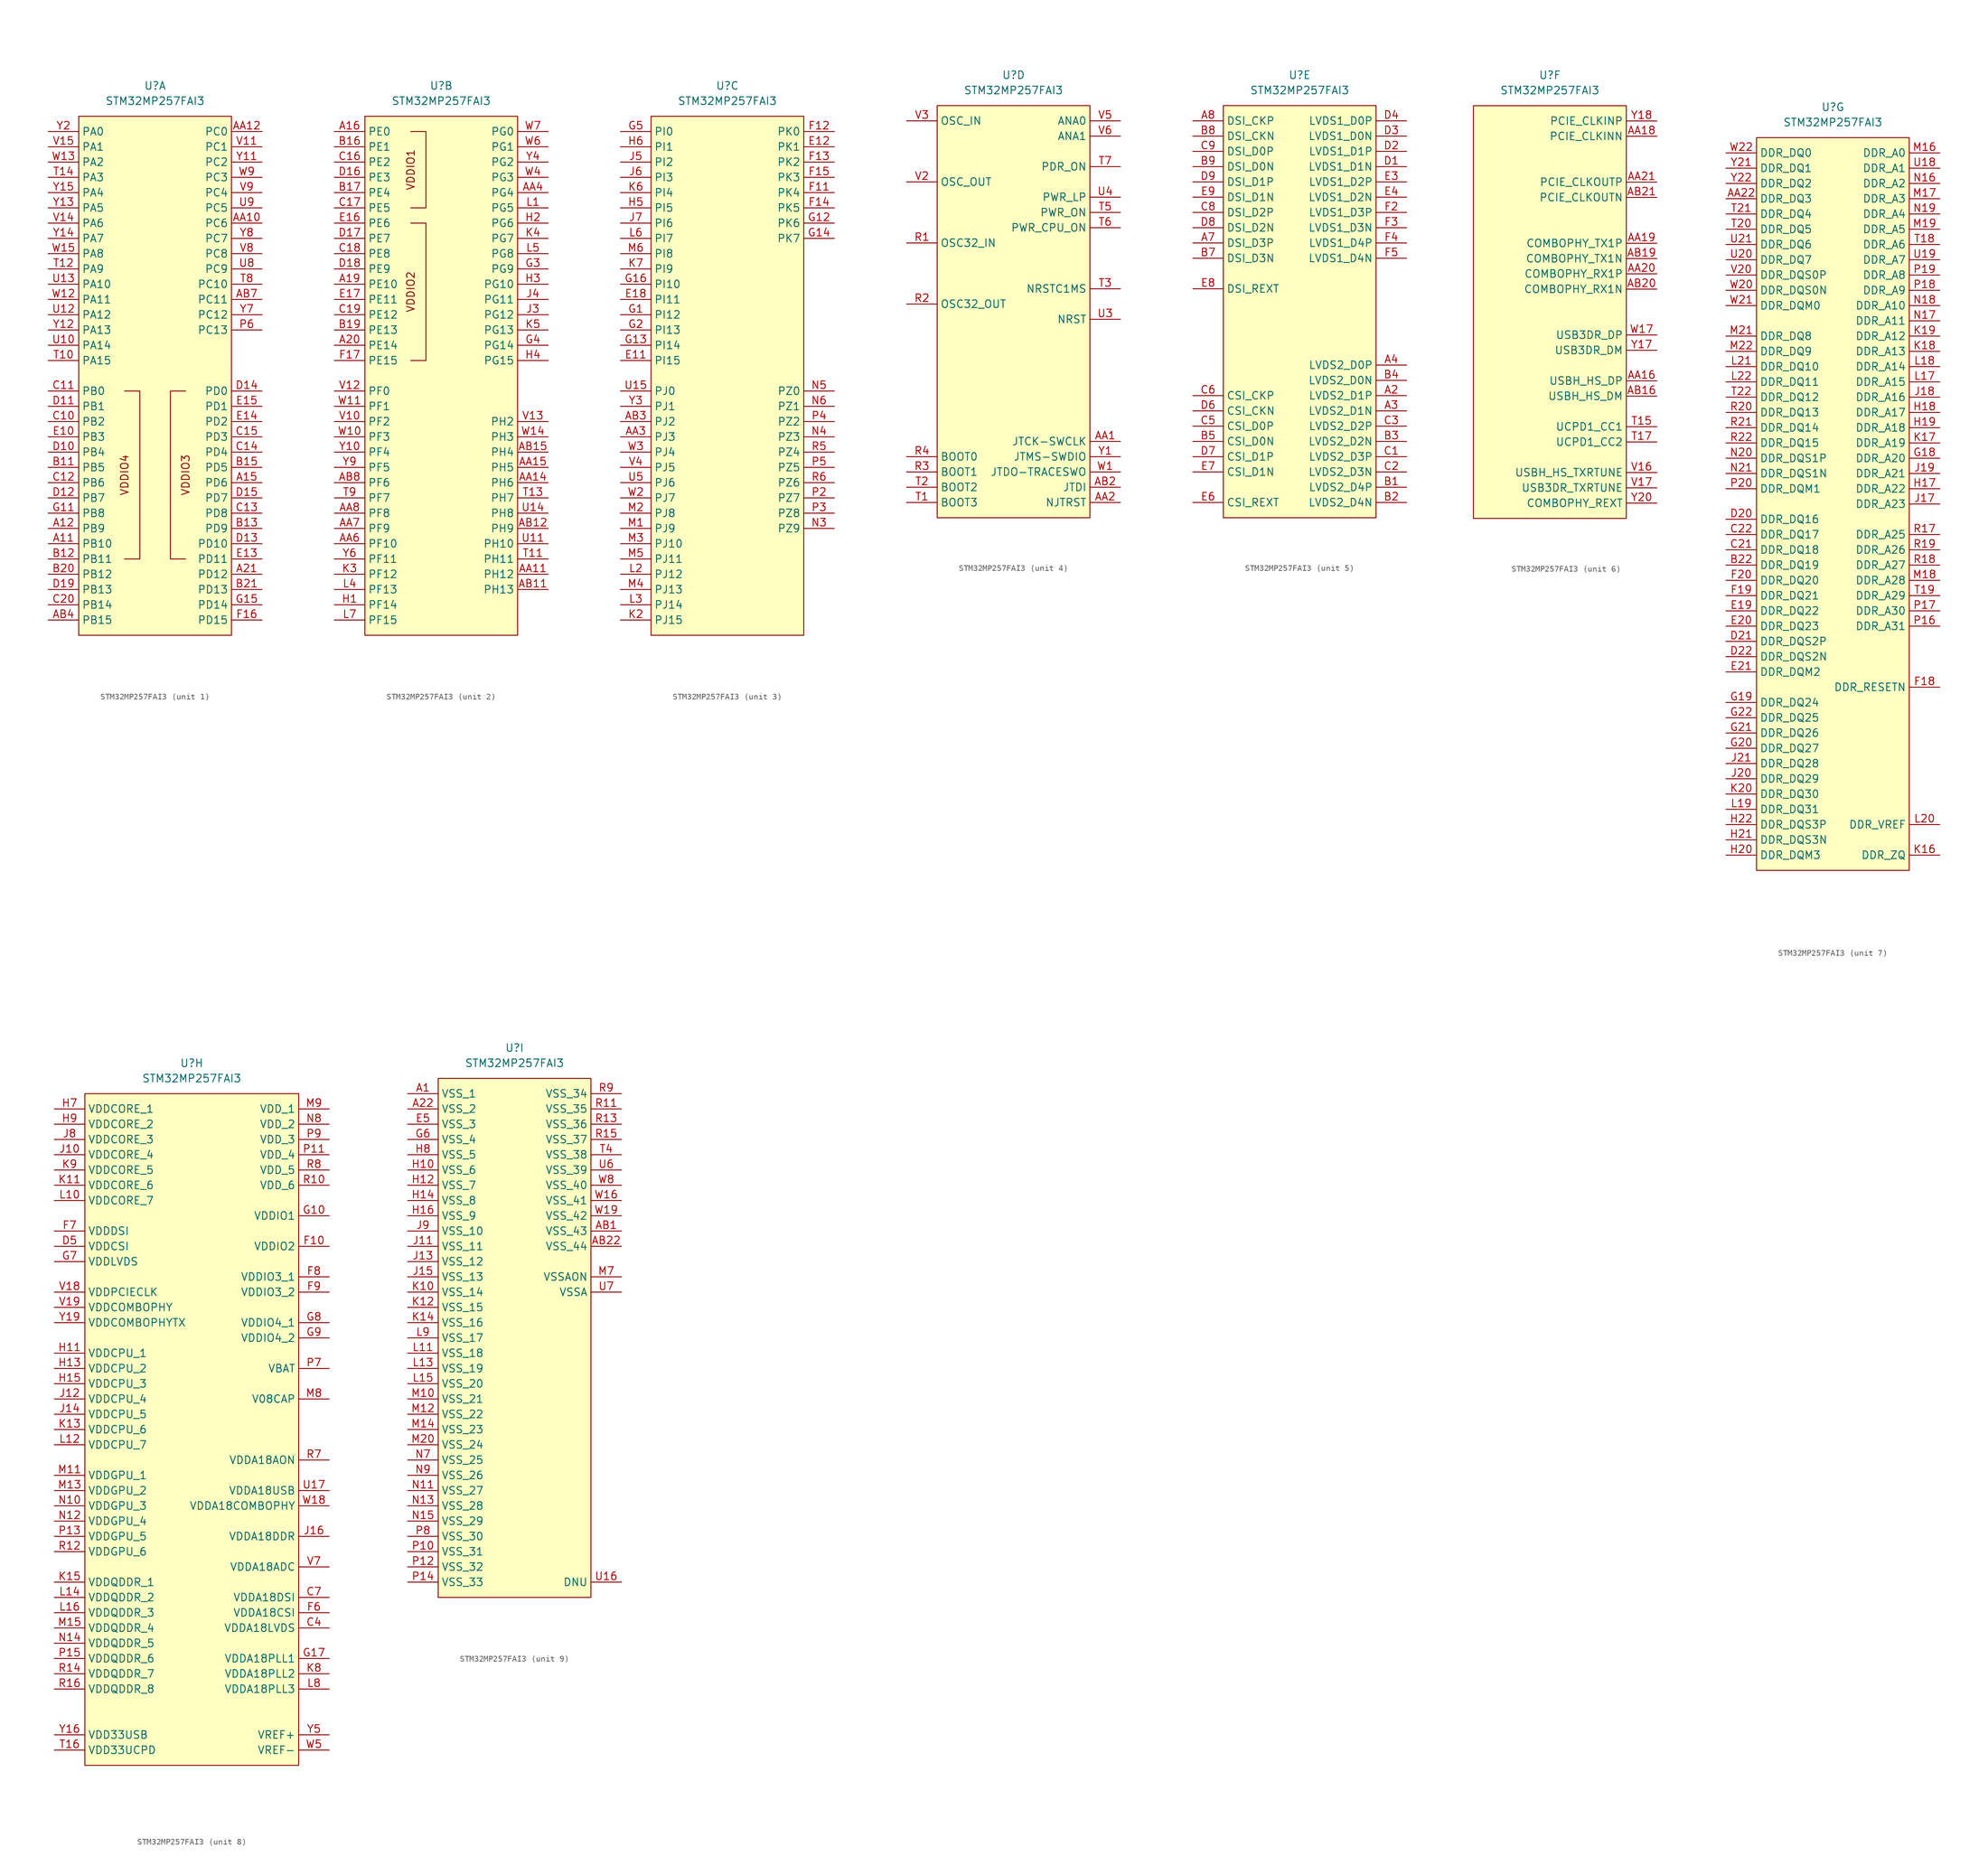
<source format=kicad_sym>
(kicad_symbol_lib
  (version 20241209)
  (generator "kicad_symbol_editor")
  (generator_version "9.0")
  (symbol "STM32MP257FAI3"
    (property "Reference" "U"
      (at 0 5.08 0)
      (effects (font (size 1.27 1.27))))
    (property "Value" "STM32MP257FAI3"
      (at 0 2.54 0)
      (effects (font (size 1.27 1.27))))
    (property "ki_locked" ""
      (at 0 0 0)
      (effects (font (size 1.27 1.27))))
    (symbol "STM32MP257FAI3_1_1"
      (rectangle (start -12.7 0) (end 12.7 -86.36) (stroke (width 0) (type default)) (fill (type background)))
      (polyline (pts (xy -5.08 -73.66) (xy -2.54 -73.66) (xy -2.54 -45.72) (xy -5.08 -45.72)) (stroke (width 0) (type default)) (fill (type none)))
      (polyline (pts (xy 5.08 -73.66) (xy 2.54 -73.66) (xy 2.54 -45.72) (xy 5.08 -45.72)) (stroke (width 0) (type default)) (fill (type none)))
      (text "VDDIO4" (at -5.08 -59.69 900) (effects (font (size 1.27 1.27))))
      (text "VDDIO3" (at 5.08 -59.69 900) (effects (font (size 1.27 1.27))))
      (pin passive line (at -17.78 -2.54 0) (length 5.08) (name "PA0" (effects (font (size 1.27 1.27)))) (number "Y2" (effects (font (size 1.27 1.27)))))
      (pin passive line (at -17.78 -5.08 0) (length 5.08) (name "PA1" (effects (font (size 1.27 1.27)))) (number "V15" (effects (font (size 1.27 1.27)))))
      (pin passive line (at -17.78 -7.62 0) (length 5.08) (name "PA2" (effects (font (size 1.27 1.27)))) (number "W13" (effects (font (size 1.27 1.27)))))
      (pin passive line (at -17.78 -10.16 0) (length 5.08) (name "PA3" (effects (font (size 1.27 1.27)))) (number "T14" (effects (font (size 1.27 1.27)))))
      (pin passive line (at -17.78 -12.7 0) (length 5.08) (name "PA4" (effects (font (size 1.27 1.27)))) (number "Y15" (effects (font (size 1.27 1.27)))))
      (pin passive line (at -17.78 -15.24 0) (length 5.08) (name "PA5" (effects (font (size 1.27 1.27)))) (number "Y13" (effects (font (size 1.27 1.27)))))
      (pin passive line (at -17.78 -17.78 0) (length 5.08) (name "PA6" (effects (font (size 1.27 1.27)))) (number "V14" (effects (font (size 1.27 1.27)))))
      (pin passive line (at -17.78 -20.32 0) (length 5.08) (name "PA7" (effects (font (size 1.27 1.27)))) (number "Y14" (effects (font (size 1.27 1.27)))))
      (pin passive line (at -17.78 -22.86 0) (length 5.08) (name "PA8" (effects (font (size 1.27 1.27)))) (number "W15" (effects (font (size 1.27 1.27)))))
      (pin passive line (at -17.78 -25.4 0) (length 5.08) (name "PA9" (effects (font (size 1.27 1.27)))) (number "T12" (effects (font (size 1.27 1.27)))))
      (pin passive line (at -17.78 -27.94 0) (length 5.08) (name "PA10" (effects (font (size 1.27 1.27)))) (number "U13" (effects (font (size 1.27 1.27)))))
      (pin passive line (at -17.78 -30.48 0) (length 5.08) (name "PA11" (effects (font (size 1.27 1.27)))) (number "W12" (effects (font (size 1.27 1.27)))))
      (pin passive line (at -17.78 -33.02 0) (length 5.08) (name "PA12" (effects (font (size 1.27 1.27)))) (number "U12" (effects (font (size 1.27 1.27)))))
      (pin passive line (at -17.78 -35.56 0) (length 5.08) (name "PA13" (effects (font (size 1.27 1.27)))) (number "Y12" (effects (font (size 1.27 1.27)))))
      (pin passive line (at -17.78 -38.1 0) (length 5.08) (name "PA14" (effects (font (size 1.27 1.27)))) (number "U10" (effects (font (size 1.27 1.27)))))
      (pin passive line (at -17.78 -40.64 0) (length 5.08) (name "PA15" (effects (font (size 1.27 1.27)))) (number "T10" (effects (font (size 1.27 1.27)))))
      (pin passive line (at -17.78 -45.72 0) (length 5.08) (name "PB0" (effects (font (size 1.27 1.27)))) (number "C11" (effects (font (size 1.27 1.27)))))
      (pin passive line (at -17.78 -48.26 0) (length 5.08) (name "PB1" (effects (font (size 1.27 1.27)))) (number "D11" (effects (font (size 1.27 1.27)))))
      (pin passive line (at -17.78 -50.8 0) (length 5.08) (name "PB2" (effects (font (size 1.27 1.27)))) (number "C10" (effects (font (size 1.27 1.27)))))
      (pin passive line (at -17.78 -53.34 0) (length 5.08) (name "PB3" (effects (font (size 1.27 1.27)))) (number "E10" (effects (font (size 1.27 1.27)))))
      (pin passive line (at -17.78 -55.88 0) (length 5.08) (name "PB4" (effects (font (size 1.27 1.27)))) (number "D10" (effects (font (size 1.27 1.27)))))
      (pin passive line (at -17.78 -58.42 0) (length 5.08) (name "PB5" (effects (font (size 1.27 1.27)))) (number "B11" (effects (font (size 1.27 1.27)))))
      (pin passive line (at -17.78 -60.96 0) (length 5.08) (name "PB6" (effects (font (size 1.27 1.27)))) (number "C12" (effects (font (size 1.27 1.27)))))
      (pin passive line (at -17.78 -63.5 0) (length 5.08) (name "PB7" (effects (font (size 1.27 1.27)))) (number "D12" (effects (font (size 1.27 1.27)))))
      (pin passive line (at -17.78 -66.04 0) (length 5.08) (name "PB8" (effects (font (size 1.27 1.27)))) (number "G11" (effects (font (size 1.27 1.27)))))
      (pin passive line (at -17.78 -68.58 0) (length 5.08) (name "PB9" (effects (font (size 1.27 1.27)))) (number "A12" (effects (font (size 1.27 1.27)))))
      (pin passive line (at -17.78 -71.12 0) (length 5.08) (name "PB10" (effects (font (size 1.27 1.27)))) (number "A11" (effects (font (size 1.27 1.27)))))
      (pin passive line (at -17.78 -73.66 0) (length 5.08) (name "PB11" (effects (font (size 1.27 1.27)))) (number "B12" (effects (font (size 1.27 1.27)))))
      (pin passive line (at -17.78 -76.2 0) (length 5.08) (name "PB12" (effects (font (size 1.27 1.27)))) (number "B20" (effects (font (size 1.27 1.27)))))
      (pin passive line (at -17.78 -78.74 0) (length 5.08) (name "PB13" (effects (font (size 1.27 1.27)))) (number "D19" (effects (font (size 1.27 1.27)))))
      (pin passive line (at -17.78 -81.28 0) (length 5.08) (name "PB14" (effects (font (size 1.27 1.27)))) (number "C20" (effects (font (size 1.27 1.27)))))
      (pin passive line (at -17.78 -83.82 0) (length 5.08) (name "PB15" (effects (font (size 1.27 1.27)))) (number "AB4" (effects (font (size 1.27 1.27)))))
      (pin passive line (at 17.78 -2.54 180) (length 5.08) (name "PC0" (effects (font (size 1.27 1.27)))) (number "AA12" (effects (font (size 1.27 1.27)))))
      (pin passive line (at 17.78 -5.08 180) (length 5.08) (name "PC1" (effects (font (size 1.27 1.27)))) (number "V11" (effects (font (size 1.27 1.27)))))
      (pin passive line (at 17.78 -7.62 180) (length 5.08) (name "PC2" (effects (font (size 1.27 1.27)))) (number "Y11" (effects (font (size 1.27 1.27)))))
      (pin passive line (at 17.78 -10.16 180) (length 5.08) (name "PC3" (effects (font (size 1.27 1.27)))) (number "W9" (effects (font (size 1.27 1.27)))))
      (pin passive line (at 17.78 -12.7 180) (length 5.08) (name "PC4" (effects (font (size 1.27 1.27)))) (number "V9" (effects (font (size 1.27 1.27)))))
      (pin passive line (at 17.78 -15.24 180) (length 5.08) (name "PC5" (effects (font (size 1.27 1.27)))) (number "U9" (effects (font (size 1.27 1.27)))))
      (pin passive line (at 17.78 -17.78 180) (length 5.08) (name "PC6" (effects (font (size 1.27 1.27)))) (number "AA10" (effects (font (size 1.27 1.27)))))
      (pin passive line (at 17.78 -20.32 180) (length 5.08) (name "PC7" (effects (font (size 1.27 1.27)))) (number "Y8" (effects (font (size 1.27 1.27)))))
      (pin passive line (at 17.78 -22.86 180) (length 5.08) (name "PC8" (effects (font (size 1.27 1.27)))) (number "V8" (effects (font (size 1.27 1.27)))))
      (pin passive line (at 17.78 -25.4 180) (length 5.08) (name "PC9" (effects (font (size 1.27 1.27)))) (number "U8" (effects (font (size 1.27 1.27)))))
      (pin passive line (at 17.78 -27.94 180) (length 5.08) (name "PC10" (effects (font (size 1.27 1.27)))) (number "T8" (effects (font (size 1.27 1.27)))))
      (pin passive line (at 17.78 -30.48 180) (length 5.08) (name "PC11" (effects (font (size 1.27 1.27)))) (number "AB7" (effects (font (size 1.27 1.27)))))
      (pin passive line (at 17.78 -33.02 180) (length 5.08) (name "PC12" (effects (font (size 1.27 1.27)))) (number "Y7" (effects (font (size 1.27 1.27)))))
      (pin passive line (at 17.78 -35.56 180) (length 5.08) (name "PC13" (effects (font (size 1.27 1.27)))) (number "P6" (effects (font (size 1.27 1.27)))))
      (pin passive line (at 17.78 -45.72 180) (length 5.08) (name "PD0" (effects (font (size 1.27 1.27)))) (number "D14" (effects (font (size 1.27 1.27)))))
      (pin passive line (at 17.78 -48.26 180) (length 5.08) (name "PD1" (effects (font (size 1.27 1.27)))) (number "E15" (effects (font (size 1.27 1.27)))))
      (pin passive line (at 17.78 -50.8 180) (length 5.08) (name "PD2" (effects (font (size 1.27 1.27)))) (number "E14" (effects (font (size 1.27 1.27)))))
      (pin passive line (at 17.78 -53.34 180) (length 5.08) (name "PD3" (effects (font (size 1.27 1.27)))) (number "C15" (effects (font (size 1.27 1.27)))))
      (pin passive line (at 17.78 -55.88 180) (length 5.08) (name "PD4" (effects (font (size 1.27 1.27)))) (number "C14" (effects (font (size 1.27 1.27)))))
      (pin passive line (at 17.78 -58.42 180) (length 5.08) (name "PD5" (effects (font (size 1.27 1.27)))) (number "B15" (effects (font (size 1.27 1.27)))))
      (pin passive line (at 17.78 -60.96 180) (length 5.08) (name "PD6" (effects (font (size 1.27 1.27)))) (number "A15" (effects (font (size 1.27 1.27)))))
      (pin passive line (at 17.78 -63.5 180) (length 5.08) (name "PD7" (effects (font (size 1.27 1.27)))) (number "D15" (effects (font (size 1.27 1.27)))))
      (pin passive line (at 17.78 -66.04 180) (length 5.08) (name "PD8" (effects (font (size 1.27 1.27)))) (number "C13" (effects (font (size 1.27 1.27)))))
      (pin passive line (at 17.78 -68.58 180) (length 5.08) (name "PD9" (effects (font (size 1.27 1.27)))) (number "B13" (effects (font (size 1.27 1.27)))))
      (pin passive line (at 17.78 -71.12 180) (length 5.08) (name "PD10" (effects (font (size 1.27 1.27)))) (number "D13" (effects (font (size 1.27 1.27)))))
      (pin passive line (at 17.78 -73.66 180) (length 5.08) (name "PD11" (effects (font (size 1.27 1.27)))) (number "E13" (effects (font (size 1.27 1.27)))))
      (pin passive line (at 17.78 -76.2 180) (length 5.08) (name "PD12" (effects (font (size 1.27 1.27)))) (number "A21" (effects (font (size 1.27 1.27)))))
      (pin passive line (at 17.78 -78.74 180) (length 5.08) (name "PD13" (effects (font (size 1.27 1.27)))) (number "B21" (effects (font (size 1.27 1.27)))))
      (pin passive line (at 17.78 -81.28 180) (length 5.08) (name "PD14" (effects (font (size 1.27 1.27)))) (number "G15" (effects (font (size 1.27 1.27)))))
      (pin passive line (at 17.78 -83.82 180) (length 5.08) (name "PD15" (effects (font (size 1.27 1.27)))) (number "F16" (effects (font (size 1.27 1.27))))))
    (symbol "STM32MP257FAI3_2_1"
      (rectangle (start -12.7 0) (end 12.7 -86.36) (stroke (width 0) (type default)) (fill (type background)))
      (polyline (pts (xy -5.08 -2.54) (xy -2.54 -2.54) (xy -2.54 -15.24) (xy -5.08 -15.24)) (stroke (width 0) (type default)) (fill (type none)))
      (polyline (pts (xy -5.08 -17.78) (xy -2.54 -17.78) (xy -2.54 -40.64) (xy -5.08 -40.64)) (stroke (width 0) (type default)) (fill (type none)))
      (text "VDDIO1" (at -5.08 -8.89 900) (effects (font (size 1.27 1.27))))
      (text "VDDIO2" (at -5.08 -29.21 900) (effects (font (size 1.27 1.27))))
      (pin passive line (at -17.78 -2.54 0) (length 5.08) (name "PE0" (effects (font (size 1.27 1.27)))) (number "A16" (effects (font (size 1.27 1.27)))))
      (pin passive line (at -17.78 -5.08 0) (length 5.08) (name "PE1" (effects (font (size 1.27 1.27)))) (number "B16" (effects (font (size 1.27 1.27)))))
      (pin passive line (at -17.78 -7.62 0) (length 5.08) (name "PE2" (effects (font (size 1.27 1.27)))) (number "C16" (effects (font (size 1.27 1.27)))))
      (pin passive line (at -17.78 -10.16 0) (length 5.08) (name "PE3" (effects (font (size 1.27 1.27)))) (number "D16" (effects (font (size 1.27 1.27)))))
      (pin passive line (at -17.78 -12.7 0) (length 5.08) (name "PE4" (effects (font (size 1.27 1.27)))) (number "B17" (effects (font (size 1.27 1.27)))))
      (pin passive line (at -17.78 -15.24 0) (length 5.08) (name "PE5" (effects (font (size 1.27 1.27)))) (number "C17" (effects (font (size 1.27 1.27)))))
      (pin passive line (at -17.78 -17.78 0) (length 5.08) (name "PE6" (effects (font (size 1.27 1.27)))) (number "E16" (effects (font (size 1.27 1.27)))))
      (pin passive line (at -17.78 -20.32 0) (length 5.08) (name "PE7" (effects (font (size 1.27 1.27)))) (number "D17" (effects (font (size 1.27 1.27)))))
      (pin passive line (at -17.78 -22.86 0) (length 5.08) (name "PE8" (effects (font (size 1.27 1.27)))) (number "C18" (effects (font (size 1.27 1.27)))))
      (pin passive line (at -17.78 -25.4 0) (length 5.08) (name "PE9" (effects (font (size 1.27 1.27)))) (number "D18" (effects (font (size 1.27 1.27)))))
      (pin passive line (at -17.78 -27.94 0) (length 5.08) (name "PE10" (effects (font (size 1.27 1.27)))) (number "A19" (effects (font (size 1.27 1.27)))))
      (pin passive line (at -17.78 -30.48 0) (length 5.08) (name "PE11" (effects (font (size 1.27 1.27)))) (number "E17" (effects (font (size 1.27 1.27)))))
      (pin passive line (at -17.78 -33.02 0) (length 5.08) (name "PE12" (effects (font (size 1.27 1.27)))) (number "C19" (effects (font (size 1.27 1.27)))))
      (pin passive line (at -17.78 -35.56 0) (length 5.08) (name "PE13" (effects (font (size 1.27 1.27)))) (number "B19" (effects (font (size 1.27 1.27)))))
      (pin passive line (at -17.78 -38.1 0) (length 5.08) (name "PE14" (effects (font (size 1.27 1.27)))) (number "A20" (effects (font (size 1.27 1.27)))))
      (pin passive line (at -17.78 -40.64 0) (length 5.08) (name "PE15" (effects (font (size 1.27 1.27)))) (number "F17" (effects (font (size 1.27 1.27)))))
      (pin passive line (at -17.78 -45.72 0) (length 5.08) (name "PF0" (effects (font (size 1.27 1.27)))) (number "V12" (effects (font (size 1.27 1.27)))))
      (pin passive line (at -17.78 -48.26 0) (length 5.08) (name "PF1" (effects (font (size 1.27 1.27)))) (number "W11" (effects (font (size 1.27 1.27)))))
      (pin passive line (at -17.78 -50.8 0) (length 5.08) (name "PF2" (effects (font (size 1.27 1.27)))) (number "V10" (effects (font (size 1.27 1.27)))))
      (pin passive line (at -17.78 -53.34 0) (length 5.08) (name "PF3" (effects (font (size 1.27 1.27)))) (number "W10" (effects (font (size 1.27 1.27)))))
      (pin passive line (at -17.78 -55.88 0) (length 5.08) (name "PF4" (effects (font (size 1.27 1.27)))) (number "Y10" (effects (font (size 1.27 1.27)))))
      (pin passive line (at -17.78 -58.42 0) (length 5.08) (name "PF5" (effects (font (size 1.27 1.27)))) (number "Y9" (effects (font (size 1.27 1.27)))))
      (pin passive line (at -17.78 -60.96 0) (length 5.08) (name "PF6" (effects (font (size 1.27 1.27)))) (number "AB8" (effects (font (size 1.27 1.27)))))
      (pin passive line (at -17.78 -63.5 0) (length 5.08) (name "PF7" (effects (font (size 1.27 1.27)))) (number "T9" (effects (font (size 1.27 1.27)))))
      (pin passive line (at -17.78 -66.04 0) (length 5.08) (name "PF8" (effects (font (size 1.27 1.27)))) (number "AA8" (effects (font (size 1.27 1.27)))))
      (pin passive line (at -17.78 -68.58 0) (length 5.08) (name "PF9" (effects (font (size 1.27 1.27)))) (number "AA7" (effects (font (size 1.27 1.27)))))
      (pin passive line (at -17.78 -71.12 0) (length 5.08) (name "PF10" (effects (font (size 1.27 1.27)))) (number "AA6" (effects (font (size 1.27 1.27)))))
      (pin passive line (at -17.78 -73.66 0) (length 5.08) (name "PF11" (effects (font (size 1.27 1.27)))) (number "Y6" (effects (font (size 1.27 1.27)))))
      (pin passive line (at -17.78 -76.2 0) (length 5.08) (name "PF12" (effects (font (size 1.27 1.27)))) (number "K3" (effects (font (size 1.27 1.27)))))
      (pin passive line (at -17.78 -78.74 0) (length 5.08) (name "PF13" (effects (font (size 1.27 1.27)))) (number "L4" (effects (font (size 1.27 1.27)))))
      (pin passive line (at -17.78 -81.28 0) (length 5.08) (name "PF14" (effects (font (size 1.27 1.27)))) (number "H1" (effects (font (size 1.27 1.27)))))
      (pin passive line (at -17.78 -83.82 0) (length 5.08) (name "PF15" (effects (font (size 1.27 1.27)))) (number "L7" (effects (font (size 1.27 1.27)))))
      (pin passive line (at 17.78 -2.54 180) (length 5.08) (name "PG0" (effects (font (size 1.27 1.27)))) (number "W7" (effects (font (size 1.27 1.27)))))
      (pin passive line (at 17.78 -5.08 180) (length 5.08) (name "PG1" (effects (font (size 1.27 1.27)))) (number "W6" (effects (font (size 1.27 1.27)))))
      (pin passive line (at 17.78 -7.62 180) (length 5.08) (name "PG2" (effects (font (size 1.27 1.27)))) (number "Y4" (effects (font (size 1.27 1.27)))))
      (pin passive line (at 17.78 -10.16 180) (length 5.08) (name "PG3" (effects (font (size 1.27 1.27)))) (number "W4" (effects (font (size 1.27 1.27)))))
      (pin passive line (at 17.78 -12.7 180) (length 5.08) (name "PG4" (effects (font (size 1.27 1.27)))) (number "AA4" (effects (font (size 1.27 1.27)))))
      (pin passive line (at 17.78 -15.24 180) (length 5.08) (name "PG5" (effects (font (size 1.27 1.27)))) (number "L1" (effects (font (size 1.27 1.27)))))
      (pin passive line (at 17.78 -17.78 180) (length 5.08) (name "PG6" (effects (font (size 1.27 1.27)))) (number "H2" (effects (font (size 1.27 1.27)))))
      (pin passive line (at 17.78 -20.32 180) (length 5.08) (name "PG7" (effects (font (size 1.27 1.27)))) (number "K4" (effects (font (size 1.27 1.27)))))
      (pin passive line (at 17.78 -22.86 180) (length 5.08) (name "PG8" (effects (font (size 1.27 1.27)))) (number "L5" (effects (font (size 1.27 1.27)))))
      (pin passive line (at 17.78 -25.4 180) (length 5.08) (name "PG9" (effects (font (size 1.27 1.27)))) (number "G3" (effects (font (size 1.27 1.27)))))
      (pin passive line (at 17.78 -27.94 180) (length 5.08) (name "PG10" (effects (font (size 1.27 1.27)))) (number "H3" (effects (font (size 1.27 1.27)))))
      (pin passive line (at 17.78 -30.48 180) (length 5.08) (name "PG11" (effects (font (size 1.27 1.27)))) (number "J4" (effects (font (size 1.27 1.27)))))
      (pin passive line (at 17.78 -33.02 180) (length 5.08) (name "PG12" (effects (font (size 1.27 1.27)))) (number "J3" (effects (font (size 1.27 1.27)))))
      (pin passive line (at 17.78 -35.56 180) (length 5.08) (name "PG13" (effects (font (size 1.27 1.27)))) (number "K5" (effects (font (size 1.27 1.27)))))
      (pin passive line (at 17.78 -38.1 180) (length 5.08) (name "PG14" (effects (font (size 1.27 1.27)))) (number "G4" (effects (font (size 1.27 1.27)))))
      (pin passive line (at 17.78 -40.64 180) (length 5.08) (name "PG15" (effects (font (size 1.27 1.27)))) (number "H4" (effects (font (size 1.27 1.27)))))
      (pin passive line (at 17.78 -50.8 180) (length 5.08) (name "PH2" (effects (font (size 1.27 1.27)))) (number "V13" (effects (font (size 1.27 1.27)))))
      (pin passive line (at 17.78 -53.34 180) (length 5.08) (name "PH3" (effects (font (size 1.27 1.27)))) (number "W14" (effects (font (size 1.27 1.27)))))
      (pin passive line (at 17.78 -55.88 180) (length 5.08) (name "PH4" (effects (font (size 1.27 1.27)))) (number "AB15" (effects (font (size 1.27 1.27)))))
      (pin passive line (at 17.78 -58.42 180) (length 5.08) (name "PH5" (effects (font (size 1.27 1.27)))) (number "AA15" (effects (font (size 1.27 1.27)))))
      (pin passive line (at 17.78 -60.96 180) (length 5.08) (name "PH6" (effects (font (size 1.27 1.27)))) (number "AA14" (effects (font (size 1.27 1.27)))))
      (pin passive line (at 17.78 -63.5 180) (length 5.08) (name "PH7" (effects (font (size 1.27 1.27)))) (number "T13" (effects (font (size 1.27 1.27)))))
      (pin passive line (at 17.78 -66.04 180) (length 5.08) (name "PH8" (effects (font (size 1.27 1.27)))) (number "U14" (effects (font (size 1.27 1.27)))))
      (pin passive line (at 17.78 -68.58 180) (length 5.08) (name "PH9" (effects (font (size 1.27 1.27)))) (number "AB12" (effects (font (size 1.27 1.27)))))
      (pin passive line (at 17.78 -71.12 180) (length 5.08) (name "PH10" (effects (font (size 1.27 1.27)))) (number "U11" (effects (font (size 1.27 1.27)))))
      (pin passive line (at 17.78 -73.66 180) (length 5.08) (name "PH11" (effects (font (size 1.27 1.27)))) (number "T11" (effects (font (size 1.27 1.27)))))
      (pin passive line (at 17.78 -76.2 180) (length 5.08) (name "PH12" (effects (font (size 1.27 1.27)))) (number "AA11" (effects (font (size 1.27 1.27)))))
      (pin passive line (at 17.78 -78.74 180) (length 5.08) (name "PH13" (effects (font (size 1.27 1.27)))) (number "AB11" (effects (font (size 1.27 1.27))))))
    (symbol "STM32MP257FAI3_3_1"
      (rectangle (start -12.7 0) (end 12.7 -86.36) (stroke (width 0) (type default)) (fill (type background)))
      (pin passive line (at -17.78 -2.54 0) (length 5.08) (name "PI0" (effects (font (size 1.27 1.27)))) (number "G5" (effects (font (size 1.27 1.27)))))
      (pin passive line (at -17.78 -5.08 0) (length 5.08) (name "PI1" (effects (font (size 1.27 1.27)))) (number "H6" (effects (font (size 1.27 1.27)))))
      (pin passive line (at -17.78 -7.62 0) (length 5.08) (name "PI2" (effects (font (size 1.27 1.27)))) (number "J5" (effects (font (size 1.27 1.27)))))
      (pin passive line (at -17.78 -10.16 0) (length 5.08) (name "PI3" (effects (font (size 1.27 1.27)))) (number "J6" (effects (font (size 1.27 1.27)))))
      (pin passive line (at -17.78 -12.7 0) (length 5.08) (name "PI4" (effects (font (size 1.27 1.27)))) (number "K6" (effects (font (size 1.27 1.27)))))
      (pin passive line (at -17.78 -15.24 0) (length 5.08) (name "PI5" (effects (font (size 1.27 1.27)))) (number "H5" (effects (font (size 1.27 1.27)))))
      (pin passive line (at -17.78 -17.78 0) (length 5.08) (name "PI6" (effects (font (size 1.27 1.27)))) (number "J7" (effects (font (size 1.27 1.27)))))
      (pin passive line (at -17.78 -20.32 0) (length 5.08) (name "PI7" (effects (font (size 1.27 1.27)))) (number "L6" (effects (font (size 1.27 1.27)))))
      (pin passive line (at -17.78 -22.86 0) (length 5.08) (name "PI8" (effects (font (size 1.27 1.27)))) (number "M6" (effects (font (size 1.27 1.27)))))
      (pin passive line (at -17.78 -25.4 0) (length 5.08) (name "PI9" (effects (font (size 1.27 1.27)))) (number "K7" (effects (font (size 1.27 1.27)))))
      (pin passive line (at -17.78 -27.94 0) (length 5.08) (name "PI10" (effects (font (size 1.27 1.27)))) (number "G16" (effects (font (size 1.27 1.27)))))
      (pin passive line (at -17.78 -30.48 0) (length 5.08) (name "PI11" (effects (font (size 1.27 1.27)))) (number "E18" (effects (font (size 1.27 1.27)))))
      (pin passive line (at -17.78 -33.02 0) (length 5.08) (name "PI12" (effects (font (size 1.27 1.27)))) (number "G1" (effects (font (size 1.27 1.27)))))
      (pin passive line (at -17.78 -35.56 0) (length 5.08) (name "PI13" (effects (font (size 1.27 1.27)))) (number "G2" (effects (font (size 1.27 1.27)))))
      (pin passive line (at -17.78 -38.1 0) (length 5.08) (name "PI14" (effects (font (size 1.27 1.27)))) (number "G13" (effects (font (size 1.27 1.27)))))
      (pin passive line (at -17.78 -40.64 0) (length 5.08) (name "PI15" (effects (font (size 1.27 1.27)))) (number "E11" (effects (font (size 1.27 1.27)))))
      (pin passive line (at -17.78 -45.72 0) (length 5.08) (name "PJ0" (effects (font (size 1.27 1.27)))) (number "U15" (effects (font (size 1.27 1.27)))))
      (pin passive line (at -17.78 -48.26 0) (length 5.08) (name "PJ1" (effects (font (size 1.27 1.27)))) (number "Y3" (effects (font (size 1.27 1.27)))))
      (pin passive line (at -17.78 -50.8 0) (length 5.08) (name "PJ2" (effects (font (size 1.27 1.27)))) (number "AB3" (effects (font (size 1.27 1.27)))))
      (pin passive line (at -17.78 -53.34 0) (length 5.08) (name "PJ3" (effects (font (size 1.27 1.27)))) (number "AA3" (effects (font (size 1.27 1.27)))))
      (pin passive line (at -17.78 -55.88 0) (length 5.08) (name "PJ4" (effects (font (size 1.27 1.27)))) (number "W3" (effects (font (size 1.27 1.27)))))
      (pin passive line (at -17.78 -58.42 0) (length 5.08) (name "PJ5" (effects (font (size 1.27 1.27)))) (number "V4" (effects (font (size 1.27 1.27)))))
      (pin passive line (at -17.78 -60.96 0) (length 5.08) (name "PJ6" (effects (font (size 1.27 1.27)))) (number "U5" (effects (font (size 1.27 1.27)))))
      (pin passive line (at -17.78 -63.5 0) (length 5.08) (name "PJ7" (effects (font (size 1.27 1.27)))) (number "W2" (effects (font (size 1.27 1.27)))))
      (pin passive line (at -17.78 -66.04 0) (length 5.08) (name "PJ8" (effects (font (size 1.27 1.27)))) (number "M2" (effects (font (size 1.27 1.27)))))
      (pin passive line (at -17.78 -68.58 0) (length 5.08) (name "PJ9" (effects (font (size 1.27 1.27)))) (number "M1" (effects (font (size 1.27 1.27)))))
      (pin passive line (at -17.78 -71.12 0) (length 5.08) (name "PJ10" (effects (font (size 1.27 1.27)))) (number "M3" (effects (font (size 1.27 1.27)))))
      (pin passive line (at -17.78 -73.66 0) (length 5.08) (name "PJ11" (effects (font (size 1.27 1.27)))) (number "M5" (effects (font (size 1.27 1.27)))))
      (pin passive line (at -17.78 -76.2 0) (length 5.08) (name "PJ12" (effects (font (size 1.27 1.27)))) (number "L2" (effects (font (size 1.27 1.27)))))
      (pin passive line (at -17.78 -78.74 0) (length 5.08) (name "PJ13" (effects (font (size 1.27 1.27)))) (number "M4" (effects (font (size 1.27 1.27)))))
      (pin passive line (at -17.78 -81.28 0) (length 5.08) (name "PJ14" (effects (font (size 1.27 1.27)))) (number "L3" (effects (font (size 1.27 1.27)))))
      (pin passive line (at -17.78 -83.82 0) (length 5.08) (name "PJ15" (effects (font (size 1.27 1.27)))) (number "K2" (effects (font (size 1.27 1.27)))))
      (pin passive line (at 17.78 -2.54 180) (length 5.08) (name "PK0" (effects (font (size 1.27 1.27)))) (number "F12" (effects (font (size 1.27 1.27)))))
      (pin passive line (at 17.78 -5.08 180) (length 5.08) (name "PK1" (effects (font (size 1.27 1.27)))) (number "E12" (effects (font (size 1.27 1.27)))))
      (pin passive line (at 17.78 -7.62 180) (length 5.08) (name "PK2" (effects (font (size 1.27 1.27)))) (number "F13" (effects (font (size 1.27 1.27)))))
      (pin passive line (at 17.78 -10.16 180) (length 5.08) (name "PK3" (effects (font (size 1.27 1.27)))) (number "F15" (effects (font (size 1.27 1.27)))))
      (pin passive line (at 17.78 -12.7 180) (length 5.08) (name "PK4" (effects (font (size 1.27 1.27)))) (number "F11" (effects (font (size 1.27 1.27)))))
      (pin passive line (at 17.78 -15.24 180) (length 5.08) (name "PK5" (effects (font (size 1.27 1.27)))) (number "F14" (effects (font (size 1.27 1.27)))))
      (pin passive line (at 17.78 -17.78 180) (length 5.08) (name "PK6" (effects (font (size 1.27 1.27)))) (number "G12" (effects (font (size 1.27 1.27)))))
      (pin passive line (at 17.78 -20.32 180) (length 5.08) (name "PK7" (effects (font (size 1.27 1.27)))) (number "G14" (effects (font (size 1.27 1.27)))))
      (pin passive line (at 17.78 -45.72 180) (length 5.08) (name "PZ0" (effects (font (size 1.27 1.27)))) (number "N5" (effects (font (size 1.27 1.27)))))
      (pin passive line (at 17.78 -48.26 180) (length 5.08) (name "PZ1" (effects (font (size 1.27 1.27)))) (number "N6" (effects (font (size 1.27 1.27)))))
      (pin passive line (at 17.78 -50.8 180) (length 5.08) (name "PZ2" (effects (font (size 1.27 1.27)))) (number "P4" (effects (font (size 1.27 1.27)))))
      (pin passive line (at 17.78 -53.34 180) (length 5.08) (name "PZ3" (effects (font (size 1.27 1.27)))) (number "N4" (effects (font (size 1.27 1.27)))))
      (pin passive line (at 17.78 -55.88 180) (length 5.08) (name "PZ4" (effects (font (size 1.27 1.27)))) (number "R5" (effects (font (size 1.27 1.27)))))
      (pin passive line (at 17.78 -58.42 180) (length 5.08) (name "PZ5" (effects (font (size 1.27 1.27)))) (number "P5" (effects (font (size 1.27 1.27)))))
      (pin passive line (at 17.78 -60.96 180) (length 5.08) (name "PZ6" (effects (font (size 1.27 1.27)))) (number "R6" (effects (font (size 1.27 1.27)))))
      (pin passive line (at 17.78 -63.5 180) (length 5.08) (name "PZ7" (effects (font (size 1.27 1.27)))) (number "P2" (effects (font (size 1.27 1.27)))))
      (pin passive line (at 17.78 -66.04 180) (length 5.08) (name "PZ8" (effects (font (size 1.27 1.27)))) (number "P3" (effects (font (size 1.27 1.27)))))
      (pin passive line (at 17.78 -68.58 180) (length 5.08) (name "PZ9" (effects (font (size 1.27 1.27)))) (number "N3" (effects (font (size 1.27 1.27))))))
    (symbol "STM32MP257FAI3_4_1"
      (rectangle (start -12.7 0) (end 12.7 -68.58) (stroke (width 0) (type default)) (fill (type background)))
      (pin passive line (at -17.78 -2.54 0) (length 5.08) (name "OSC_IN" (effects (font (size 1.27 1.27)))) (number "V3" (effects (font (size 1.27 1.27)))))
      (pin passive line (at -17.78 -12.7 0) (length 5.08) (name "OSC_OUT" (effects (font (size 1.27 1.27)))) (number "V2" (effects (font (size 1.27 1.27)))))
      (pin passive line (at -17.78 -22.86 0) (length 5.08) (name "OSC32_IN" (effects (font (size 1.27 1.27)))) (number "R1" (effects (font (size 1.27 1.27)))))
      (pin passive line (at -17.78 -33.02 0) (length 5.08) (name "OSC32_OUT" (effects (font (size 1.27 1.27)))) (number "R2" (effects (font (size 1.27 1.27)))))
      (pin passive line (at -17.78 -58.42 0) (length 5.08) (name "BOOT0" (effects (font (size 1.27 1.27)))) (number "R4" (effects (font (size 1.27 1.27)))))
      (pin passive line (at -17.78 -60.96 0) (length 5.08) (name "BOOT1" (effects (font (size 1.27 1.27)))) (number "R3" (effects (font (size 1.27 1.27)))))
      (pin passive line (at -17.78 -63.5 0) (length 5.08) (name "BOOT2" (effects (font (size 1.27 1.27)))) (number "T2" (effects (font (size 1.27 1.27)))))
      (pin passive line (at -17.78 -66.04 0) (length 5.08) (name "BOOT3" (effects (font (size 1.27 1.27)))) (number "T1" (effects (font (size 1.27 1.27)))))
      (pin passive line (at 17.78 -2.54 180) (length 5.08) (name "ANA0" (effects (font (size 1.27 1.27)))) (number "V5" (effects (font (size 1.27 1.27)))))
      (pin passive line (at 17.78 -5.08 180) (length 5.08) (name "ANA1" (effects (font (size 1.27 1.27)))) (number "V6" (effects (font (size 1.27 1.27)))))
      (pin passive line (at 17.78 -10.16 180) (length 5.08) (name "PDR_ON" (effects (font (size 1.27 1.27)))) (number "T7" (effects (font (size 1.27 1.27)))))
      (pin passive line (at 17.78 -15.24 180) (length 5.08) (name "PWR_LP" (effects (font (size 1.27 1.27)))) (number "U4" (effects (font (size 1.27 1.27)))))
      (pin passive line (at 17.78 -17.78 180) (length 5.08) (name "PWR_ON" (effects (font (size 1.27 1.27)))) (number "T5" (effects (font (size 1.27 1.27)))))
      (pin passive line (at 17.78 -20.32 180) (length 5.08) (name "PWR_CPU_ON" (effects (font (size 1.27 1.27)))) (number "T6" (effects (font (size 1.27 1.27)))))
      (pin passive line (at 17.78 -30.48 180) (length 5.08) (name "NRSTC1MS" (effects (font (size 1.27 1.27)))) (number "T3" (effects (font (size 1.27 1.27)))))
      (pin passive line (at 17.78 -35.56 180) (length 5.08) (name "NRST" (effects (font (size 1.27 1.27)))) (number "U3" (effects (font (size 1.27 1.27)))))
      (pin passive line (at 17.78 -55.88 180) (length 5.08) (name "JTCK-SWCLK" (effects (font (size 1.27 1.27)))) (number "AA1" (effects (font (size 1.27 1.27)))))
      (pin passive line (at 17.78 -58.42 180) (length 5.08) (name "JTMS-SWDIO" (effects (font (size 1.27 1.27)))) (number "Y1" (effects (font (size 1.27 1.27)))))
      (pin passive line (at 17.78 -60.96 180) (length 5.08) (name "JTDO-TRACESWO" (effects (font (size 1.27 1.27)))) (number "W1" (effects (font (size 1.27 1.27)))))
      (pin passive line (at 17.78 -63.5 180) (length 5.08) (name "JTDI" (effects (font (size 1.27 1.27)))) (number "AB2" (effects (font (size 1.27 1.27)))))
      (pin passive line (at 17.78 -66.04 180) (length 5.08) (name "NJTRST" (effects (font (size 1.27 1.27)))) (number "AA2" (effects (font (size 1.27 1.27))))))
    (symbol "STM32MP257FAI3_5_1"
      (rectangle (start -12.7 0) (end 12.7 -68.58) (stroke (width 0) (type default)) (fill (type background)))
      (pin passive line (at -17.78 -2.54 0) (length 5.08) (name "DSI_CKP" (effects (font (size 1.27 1.27)))) (number "A8" (effects (font (size 1.27 1.27)))))
      (pin passive line (at -17.78 -5.08 0) (length 5.08) (name "DSI_CKN" (effects (font (size 1.27 1.27)))) (number "B8" (effects (font (size 1.27 1.27)))))
      (pin passive line (at -17.78 -7.62 0) (length 5.08) (name "DSI_D0P" (effects (font (size 1.27 1.27)))) (number "C9" (effects (font (size 1.27 1.27)))))
      (pin passive line (at -17.78 -10.16 0) (length 5.08) (name "DSI_D0N" (effects (font (size 1.27 1.27)))) (number "B9" (effects (font (size 1.27 1.27)))))
      (pin passive line (at -17.78 -12.7 0) (length 5.08) (name "DSI_D1P" (effects (font (size 1.27 1.27)))) (number "D9" (effects (font (size 1.27 1.27)))))
      (pin passive line (at -17.78 -15.24 0) (length 5.08) (name "DSI_D1N" (effects (font (size 1.27 1.27)))) (number "E9" (effects (font (size 1.27 1.27)))))
      (pin passive line (at -17.78 -17.78 0) (length 5.08) (name "DSI_D2P" (effects (font (size 1.27 1.27)))) (number "C8" (effects (font (size 1.27 1.27)))))
      (pin passive line (at -17.78 -20.32 0) (length 5.08) (name "DSI_D2N" (effects (font (size 1.27 1.27)))) (number "D8" (effects (font (size 1.27 1.27)))))
      (pin passive line (at -17.78 -22.86 0) (length 5.08) (name "DSI_D3P" (effects (font (size 1.27 1.27)))) (number "A7" (effects (font (size 1.27 1.27)))))
      (pin passive line (at -17.78 -25.4 0) (length 5.08) (name "DSI_D3N" (effects (font (size 1.27 1.27)))) (number "B7" (effects (font (size 1.27 1.27)))))
      (pin passive line (at -17.78 -30.48 0) (length 5.08) (name "DSI_REXT" (effects (font (size 1.27 1.27)))) (number "E8" (effects (font (size 1.27 1.27)))))
      (pin passive line (at -17.78 -48.26 0) (length 5.08) (name "CSI_CKP" (effects (font (size 1.27 1.27)))) (number "C6" (effects (font (size 1.27 1.27)))))
      (pin passive line (at -17.78 -50.8 0) (length 5.08) (name "CSI_CKN" (effects (font (size 1.27 1.27)))) (number "D6" (effects (font (size 1.27 1.27)))))
      (pin passive line (at -17.78 -53.34 0) (length 5.08) (name "CSI_D0P" (effects (font (size 1.27 1.27)))) (number "C5" (effects (font (size 1.27 1.27)))))
      (pin passive line (at -17.78 -55.88 0) (length 5.08) (name "CSI_D0N" (effects (font (size 1.27 1.27)))) (number "B5" (effects (font (size 1.27 1.27)))))
      (pin passive line (at -17.78 -58.42 0) (length 5.08) (name "CSI_D1P" (effects (font (size 1.27 1.27)))) (number "D7" (effects (font (size 1.27 1.27)))))
      (pin passive line (at -17.78 -60.96 0) (length 5.08) (name "CSI_D1N" (effects (font (size 1.27 1.27)))) (number "E7" (effects (font (size 1.27 1.27)))))
      (pin passive line (at -17.78 -66.04 0) (length 5.08) (name "CSI_REXT" (effects (font (size 1.27 1.27)))) (number "E6" (effects (font (size 1.27 1.27)))))
      (pin passive line (at 17.78 -2.54 180) (length 5.08) (name "LVDS1_D0P" (effects (font (size 1.27 1.27)))) (number "D4" (effects (font (size 1.27 1.27)))))
      (pin passive line (at 17.78 -5.08 180) (length 5.08) (name "LVDS1_D0N" (effects (font (size 1.27 1.27)))) (number "D3" (effects (font (size 1.27 1.27)))))
      (pin passive line (at 17.78 -7.62 180) (length 5.08) (name "LVDS1_D1P" (effects (font (size 1.27 1.27)))) (number "D2" (effects (font (size 1.27 1.27)))))
      (pin passive line (at 17.78 -10.16 180) (length 5.08) (name "LVDS1_D1N" (effects (font (size 1.27 1.27)))) (number "D1" (effects (font (size 1.27 1.27)))))
      (pin passive line (at 17.78 -12.7 180) (length 5.08) (name "LVDS1_D2P" (effects (font (size 1.27 1.27)))) (number "E3" (effects (font (size 1.27 1.27)))))
      (pin passive line (at 17.78 -15.24 180) (length 5.08) (name "LVDS1_D2N" (effects (font (size 1.27 1.27)))) (number "E4" (effects (font (size 1.27 1.27)))))
      (pin passive line (at 17.78 -17.78 180) (length 5.08) (name "LVDS1_D3P" (effects (font (size 1.27 1.27)))) (number "F2" (effects (font (size 1.27 1.27)))))
      (pin passive line (at 17.78 -20.32 180) (length 5.08) (name "LVDS1_D3N" (effects (font (size 1.27 1.27)))) (number "F3" (effects (font (size 1.27 1.27)))))
      (pin passive line (at 17.78 -22.86 180) (length 5.08) (name "LVDS1_D4P" (effects (font (size 1.27 1.27)))) (number "F4" (effects (font (size 1.27 1.27)))))
      (pin passive line (at 17.78 -25.4 180) (length 5.08) (name "LVDS1_D4N" (effects (font (size 1.27 1.27)))) (number "F5" (effects (font (size 1.27 1.27)))))
      (pin passive line (at 17.78 -43.18 180) (length 5.08) (name "LVDS2_D0P" (effects (font (size 1.27 1.27)))) (number "A4" (effects (font (size 1.27 1.27)))))
      (pin passive line (at 17.78 -45.72 180) (length 5.08) (name "LVDS2_D0N" (effects (font (size 1.27 1.27)))) (number "B4" (effects (font (size 1.27 1.27)))))
      (pin passive line (at 17.78 -48.26 180) (length 5.08) (name "LVDS2_D1P" (effects (font (size 1.27 1.27)))) (number "A2" (effects (font (size 1.27 1.27)))))
      (pin passive line (at 17.78 -50.8 180) (length 5.08) (name "LVDS2_D1N" (effects (font (size 1.27 1.27)))) (number "A3" (effects (font (size 1.27 1.27)))))
      (pin passive line (at 17.78 -53.34 180) (length 5.08) (name "LVDS2_D2P" (effects (font (size 1.27 1.27)))) (number "C3" (effects (font (size 1.27 1.27)))))
      (pin passive line (at 17.78 -55.88 180) (length 5.08) (name "LVDS2_D2N" (effects (font (size 1.27 1.27)))) (number "B3" (effects (font (size 1.27 1.27)))))
      (pin passive line (at 17.78 -58.42 180) (length 5.08) (name "LVDS2_D3P" (effects (font (size 1.27 1.27)))) (number "C1" (effects (font (size 1.27 1.27)))))
      (pin passive line (at 17.78 -60.96 180) (length 5.08) (name "LVDS2_D3N" (effects (font (size 1.27 1.27)))) (number "C2" (effects (font (size 1.27 1.27)))))
      (pin passive line (at 17.78 -63.5 180) (length 5.08) (name "LVDS2_D4P" (effects (font (size 1.27 1.27)))) (number "B1" (effects (font (size 1.27 1.27)))))
      (pin passive line (at 17.78 -66.04 180) (length 5.08) (name "LVDS2_D4N" (effects (font (size 1.27 1.27)))) (number "B2" (effects (font (size 1.27 1.27))))))
    (symbol "STM32MP257FAI3_6_1"
      (rectangle (start -12.7 0) (end 12.7 -68.58) (stroke (width 0) (type default)) (fill (type background)))
      (pin passive line (at 17.78 -2.54 180) (length 5.08) (name "PCIE_CLKINP" (effects (font (size 1.27 1.27)))) (number "Y18" (effects (font (size 1.27 1.27)))))
      (pin passive line (at 17.78 -5.08 180) (length 5.08) (name "PCIE_CLKINN" (effects (font (size 1.27 1.27)))) (number "AA18" (effects (font (size 1.27 1.27)))))
      (pin passive line (at 17.78 -12.7 180) (length 5.08) (name "PCIE_CLKOUTP" (effects (font (size 1.27 1.27)))) (number "AA21" (effects (font (size 1.27 1.27)))))
      (pin passive line (at 17.78 -15.24 180) (length 5.08) (name "PCIE_CLKOUTN" (effects (font (size 1.27 1.27)))) (number "AB21" (effects (font (size 1.27 1.27)))))
      (pin passive line (at 17.78 -22.86 180) (length 5.08) (name "COMBOPHY_TX1P" (effects (font (size 1.27 1.27)))) (number "AA19" (effects (font (size 1.27 1.27)))))
      (pin passive line (at 17.78 -25.4 180) (length 5.08) (name "COMBOPHY_TX1N" (effects (font (size 1.27 1.27)))) (number "AB19" (effects (font (size 1.27 1.27)))))
      (pin passive line (at 17.78 -27.94 180) (length 5.08) (name "COMBOPHY_RX1P" (effects (font (size 1.27 1.27)))) (number "AA20" (effects (font (size 1.27 1.27)))))
      (pin passive line (at 17.78 -30.48 180) (length 5.08) (name "COMBOPHY_RX1N" (effects (font (size 1.27 1.27)))) (number "AB20" (effects (font (size 1.27 1.27)))))
      (pin passive line (at 17.78 -38.1 180) (length 5.08) (name "USB3DR_DP" (effects (font (size 1.27 1.27)))) (number "W17" (effects (font (size 1.27 1.27)))))
      (pin passive line (at 17.78 -40.64 180) (length 5.08) (name "USB3DR_DM" (effects (font (size 1.27 1.27)))) (number "Y17" (effects (font (size 1.27 1.27)))))
      (pin passive line (at 17.78 -45.72 180) (length 5.08) (name "USBH_HS_DP" (effects (font (size 1.27 1.27)))) (number "AA16" (effects (font (size 1.27 1.27)))))
      (pin passive line (at 17.78 -48.26 180) (length 5.08) (name "USBH_HS_DM" (effects (font (size 1.27 1.27)))) (number "AB16" (effects (font (size 1.27 1.27)))))
      (pin passive line (at 17.78 -53.34 180) (length 5.08) (name "UCPD1_CC1" (effects (font (size 1.27 1.27)))) (number "T15" (effects (font (size 1.27 1.27)))))
      (pin passive line (at 17.78 -55.88 180) (length 5.08) (name "UCPD1_CC2" (effects (font (size 1.27 1.27)))) (number "T17" (effects (font (size 1.27 1.27)))))
      (pin passive line (at 17.78 -60.96 180) (length 5.08) (name "USBH_HS_TXRTUNE" (effects (font (size 1.27 1.27)))) (number "V16" (effects (font (size 1.27 1.27)))))
      (pin passive line (at 17.78 -63.5 180) (length 5.08) (name "USB3DR_TXRTUNE" (effects (font (size 1.27 1.27)))) (number "V17" (effects (font (size 1.27 1.27)))))
      (pin passive line (at 17.78 -66.04 180) (length 5.08) (name "COMBOPHY_REXT" (effects (font (size 1.27 1.27)))) (number "Y20" (effects (font (size 1.27 1.27))))))
    (symbol "STM32MP257FAI3_7_1"
      (rectangle (start -12.7 0) (end 12.7 -121.92) (stroke (width 0) (type default)) (fill (type background)))
      (pin passive line (at -17.78 -2.54 0) (length 5.08) (name "DDR_DQ0" (effects (font (size 1.27 1.27)))) (number "W22" (effects (font (size 1.27 1.27)))))
      (pin passive line (at -17.78 -5.08 0) (length 5.08) (name "DDR_DQ1" (effects (font (size 1.27 1.27)))) (number "Y21" (effects (font (size 1.27 1.27)))))
      (pin passive line (at -17.78 -7.62 0) (length 5.08) (name "DDR_DQ2" (effects (font (size 1.27 1.27)))) (number "Y22" (effects (font (size 1.27 1.27)))))
      (pin passive line (at -17.78 -10.16 0) (length 5.08) (name "DDR_DQ3" (effects (font (size 1.27 1.27)))) (number "AA22" (effects (font (size 1.27 1.27)))))
      (pin passive line (at -17.78 -12.7 0) (length 5.08) (name "DDR_DQ4" (effects (font (size 1.27 1.27)))) (number "T21" (effects (font (size 1.27 1.27)))))
      (pin passive line (at -17.78 -15.24 0) (length 5.08) (name "DDR_DQ5" (effects (font (size 1.27 1.27)))) (number "T20" (effects (font (size 1.27 1.27)))))
      (pin passive line (at -17.78 -17.78 0) (length 5.08) (name "DDR_DQ6" (effects (font (size 1.27 1.27)))) (number "U21" (effects (font (size 1.27 1.27)))))
      (pin passive line (at -17.78 -20.32 0) (length 5.08) (name "DDR_DQ7" (effects (font (size 1.27 1.27)))) (number "U20" (effects (font (size 1.27 1.27)))))
      (pin passive line (at -17.78 -22.86 0) (length 5.08) (name "DDR_DQS0P" (effects (font (size 1.27 1.27)))) (number "V20" (effects (font (size 1.27 1.27)))))
      (pin passive line (at -17.78 -25.4 0) (length 5.08) (name "DDR_DQS0N" (effects (font (size 1.27 1.27)))) (number "W20" (effects (font (size 1.27 1.27)))))
      (pin passive line (at -17.78 -27.94 0) (length 5.08) (name "DDR_DQM0" (effects (font (size 1.27 1.27)))) (number "W21" (effects (font (size 1.27 1.27)))))
      (pin passive line (at -17.78 -33.02 0) (length 5.08) (name "DDR_DQ8" (effects (font (size 1.27 1.27)))) (number "M21" (effects (font (size 1.27 1.27)))))
      (pin passive line (at -17.78 -35.56 0) (length 5.08) (name "DDR_DQ9" (effects (font (size 1.27 1.27)))) (number "M22" (effects (font (size 1.27 1.27)))))
      (pin passive line (at -17.78 -38.1 0) (length 5.08) (name "DDR_DQ10" (effects (font (size 1.27 1.27)))) (number "L21" (effects (font (size 1.27 1.27)))))
      (pin passive line (at -17.78 -40.64 0) (length 5.08) (name "DDR_DQ11" (effects (font (size 1.27 1.27)))) (number "L22" (effects (font (size 1.27 1.27)))))
      (pin passive line (at -17.78 -43.18 0) (length 5.08) (name "DDR_DQ12" (effects (font (size 1.27 1.27)))) (number "T22" (effects (font (size 1.27 1.27)))))
      (pin passive line (at -17.78 -45.72 0) (length 5.08) (name "DDR_DQ13" (effects (font (size 1.27 1.27)))) (number "R20" (effects (font (size 1.27 1.27)))))
      (pin passive line (at -17.78 -48.26 0) (length 5.08) (name "DDR_DQ14" (effects (font (size 1.27 1.27)))) (number "R21" (effects (font (size 1.27 1.27)))))
      (pin passive line (at -17.78 -50.8 0) (length 5.08) (name "DDR_DQ15" (effects (font (size 1.27 1.27)))) (number "R22" (effects (font (size 1.27 1.27)))))
      (pin passive line (at -17.78 -53.34 0) (length 5.08) (name "DDR_DQS1P" (effects (font (size 1.27 1.27)))) (number "N20" (effects (font (size 1.27 1.27)))))
      (pin passive line (at -17.78 -55.88 0) (length 5.08) (name "DDR_DQS1N" (effects (font (size 1.27 1.27)))) (number "N21" (effects (font (size 1.27 1.27)))))
      (pin passive line (at -17.78 -58.42 0) (length 5.08) (name "DDR_DQM1" (effects (font (size 1.27 1.27)))) (number "P20" (effects (font (size 1.27 1.27)))))
      (pin passive line (at -17.78 -63.5 0) (length 5.08) (name "DDR_DQ16" (effects (font (size 1.27 1.27)))) (number "D20" (effects (font (size 1.27 1.27)))))
      (pin passive line (at -17.78 -66.04 0) (length 5.08) (name "DDR_DQ17" (effects (font (size 1.27 1.27)))) (number "C22" (effects (font (size 1.27 1.27)))))
      (pin passive line (at -17.78 -68.58 0) (length 5.08) (name "DDR_DQ18" (effects (font (size 1.27 1.27)))) (number "C21" (effects (font (size 1.27 1.27)))))
      (pin passive line (at -17.78 -71.12 0) (length 5.08) (name "DDR_DQ19" (effects (font (size 1.27 1.27)))) (number "B22" (effects (font (size 1.27 1.27)))))
      (pin passive line (at -17.78 -73.66 0) (length 5.08) (name "DDR_DQ20" (effects (font (size 1.27 1.27)))) (number "F20" (effects (font (size 1.27 1.27)))))
      (pin passive line (at -17.78 -76.2 0) (length 5.08) (name "DDR_DQ21" (effects (font (size 1.27 1.27)))) (number "F19" (effects (font (size 1.27 1.27)))))
      (pin passive line (at -17.78 -78.74 0) (length 5.08) (name "DDR_DQ22" (effects (font (size 1.27 1.27)))) (number "E19" (effects (font (size 1.27 1.27)))))
      (pin passive line (at -17.78 -81.28 0) (length 5.08) (name "DDR_DQ23" (effects (font (size 1.27 1.27)))) (number "E20" (effects (font (size 1.27 1.27)))))
      (pin passive line (at -17.78 -83.82 0) (length 5.08) (name "DDR_DQS2P" (effects (font (size 1.27 1.27)))) (number "D21" (effects (font (size 1.27 1.27)))))
      (pin passive line (at -17.78 -86.36 0) (length 5.08) (name "DDR_DQS2N" (effects (font (size 1.27 1.27)))) (number "D22" (effects (font (size 1.27 1.27)))))
      (pin passive line (at -17.78 -88.9 0) (length 5.08) (name "DDR_DQM2" (effects (font (size 1.27 1.27)))) (number "E21" (effects (font (size 1.27 1.27)))))
      (pin passive line (at -17.78 -93.98 0) (length 5.08) (name "DDR_DQ24" (effects (font (size 1.27 1.27)))) (number "G19" (effects (font (size 1.27 1.27)))))
      (pin passive line (at -17.78 -96.52 0) (length 5.08) (name "DDR_DQ25" (effects (font (size 1.27 1.27)))) (number "G22" (effects (font (size 1.27 1.27)))))
      (pin passive line (at -17.78 -99.06 0) (length 5.08) (name "DDR_DQ26" (effects (font (size 1.27 1.27)))) (number "G21" (effects (font (size 1.27 1.27)))))
      (pin passive line (at -17.78 -101.6 0) (length 5.08) (name "DDR_DQ27" (effects (font (size 1.27 1.27)))) (number "G20" (effects (font (size 1.27 1.27)))))
      (pin passive line (at -17.78 -104.14 0) (length 5.08) (name "DDR_DQ28" (effects (font (size 1.27 1.27)))) (number "J21" (effects (font (size 1.27 1.27)))))
      (pin passive line (at -17.78 -106.68 0) (length 5.08) (name "DDR_DQ29" (effects (font (size 1.27 1.27)))) (number "J20" (effects (font (size 1.27 1.27)))))
      (pin passive line (at -17.78 -109.22 0) (length 5.08) (name "DDR_DQ30" (effects (font (size 1.27 1.27)))) (number "K20" (effects (font (size 1.27 1.27)))))
      (pin passive line (at -17.78 -111.76 0) (length 5.08) (name "DDR_DQ31" (effects (font (size 1.27 1.27)))) (number "L19" (effects (font (size 1.27 1.27)))))
      (pin passive line (at -17.78 -114.3 0) (length 5.08) (name "DDR_DQS3P" (effects (font (size 1.27 1.27)))) (number "H22" (effects (font (size 1.27 1.27)))))
      (pin passive line (at -17.78 -116.84 0) (length 5.08) (name "DDR_DQS3N" (effects (font (size 1.27 1.27)))) (number "H21" (effects (font (size 1.27 1.27)))))
      (pin passive line (at -17.78 -119.38 0) (length 5.08) (name "DDR_DQM3" (effects (font (size 1.27 1.27)))) (number "H20" (effects (font (size 1.27 1.27)))))
      (pin passive line (at 17.78 -2.54 180) (length 5.08) (name "DDR_A0" (effects (font (size 1.27 1.27)))) (number "M16" (effects (font (size 1.27 1.27)))))
      (pin passive line (at 17.78 -5.08 180) (length 5.08) (name "DDR_A1" (effects (font (size 1.27 1.27)))) (number "U18" (effects (font (size 1.27 1.27)))))
      (pin passive line (at 17.78 -7.62 180) (length 5.08) (name "DDR_A2" (effects (font (size 1.27 1.27)))) (number "N16" (effects (font (size 1.27 1.27)))))
      (pin passive line (at 17.78 -10.16 180) (length 5.08) (name "DDR_A3" (effects (font (size 1.27 1.27)))) (number "M17" (effects (font (size 1.27 1.27)))))
      (pin passive line (at 17.78 -12.7 180) (length 5.08) (name "DDR_A4" (effects (font (size 1.27 1.27)))) (number "N19" (effects (font (size 1.27 1.27)))))
      (pin passive line (at 17.78 -15.24 180) (length 5.08) (name "DDR_A5" (effects (font (size 1.27 1.27)))) (number "M19" (effects (font (size 1.27 1.27)))))
      (pin passive line (at 17.78 -17.78 180) (length 5.08) (name "DDR_A6" (effects (font (size 1.27 1.27)))) (number "T18" (effects (font (size 1.27 1.27)))))
      (pin passive line (at 17.78 -20.32 180) (length 5.08) (name "DDR_A7" (effects (font (size 1.27 1.27)))) (number "U19" (effects (font (size 1.27 1.27)))))
      (pin passive line (at 17.78 -22.86 180) (length 5.08) (name "DDR_A8" (effects (font (size 1.27 1.27)))) (number "P19" (effects (font (size 1.27 1.27)))))
      (pin passive line (at 17.78 -25.4 180) (length 5.08) (name "DDR_A9" (effects (font (size 1.27 1.27)))) (number "P18" (effects (font (size 1.27 1.27)))))
      (pin passive line (at 17.78 -27.94 180) (length 5.08) (name "DDR_A10" (effects (font (size 1.27 1.27)))) (number "N18" (effects (font (size 1.27 1.27)))))
      (pin passive line (at 17.78 -30.48 180) (length 5.08) (name "DDR_A11" (effects (font (size 1.27 1.27)))) (number "N17" (effects (font (size 1.27 1.27)))))
      (pin passive line (at 17.78 -33.02 180) (length 5.08) (name "DDR_A12" (effects (font (size 1.27 1.27)))) (number "K19" (effects (font (size 1.27 1.27)))))
      (pin passive line (at 17.78 -35.56 180) (length 5.08) (name "DDR_A13" (effects (font (size 1.27 1.27)))) (number "K18" (effects (font (size 1.27 1.27)))))
      (pin passive line (at 17.78 -38.1 180) (length 5.08) (name "DDR_A14" (effects (font (size 1.27 1.27)))) (number "L18" (effects (font (size 1.27 1.27)))))
      (pin passive line (at 17.78 -40.64 180) (length 5.08) (name "DDR_A15" (effects (font (size 1.27 1.27)))) (number "L17" (effects (font (size 1.27 1.27)))))
      (pin passive line (at 17.78 -43.18 180) (length 5.08) (name "DDR_A16" (effects (font (size 1.27 1.27)))) (number "J18" (effects (font (size 1.27 1.27)))))
      (pin passive line (at 17.78 -45.72 180) (length 5.08) (name "DDR_A17" (effects (font (size 1.27 1.27)))) (number "H18" (effects (font (size 1.27 1.27)))))
      (pin passive line (at 17.78 -48.26 180) (length 5.08) (name "DDR_A18" (effects (font (size 1.27 1.27)))) (number "H19" (effects (font (size 1.27 1.27)))))
      (pin passive line (at 17.78 -50.8 180) (length 5.08) (name "DDR_A19" (effects (font (size 1.27 1.27)))) (number "K17" (effects (font (size 1.27 1.27)))))
      (pin passive line (at 17.78 -53.34 180) (length 5.08) (name "DDR_A20" (effects (font (size 1.27 1.27)))) (number "G18" (effects (font (size 1.27 1.27)))))
      (pin passive line (at 17.78 -55.88 180) (length 5.08) (name "DDR_A21" (effects (font (size 1.27 1.27)))) (number "J19" (effects (font (size 1.27 1.27)))))
      (pin passive line (at 17.78 -58.42 180) (length 5.08) (name "DDR_A22" (effects (font (size 1.27 1.27)))) (number "H17" (effects (font (size 1.27 1.27)))))
      (pin passive line (at 17.78 -60.96 180) (length 5.08) (name "DDR_A23" (effects (font (size 1.27 1.27)))) (number "J17" (effects (font (size 1.27 1.27)))))
      (pin passive line (at 17.78 -66.04 180) (length 5.08) (name "DDR_A25" (effects (font (size 1.27 1.27)))) (number "R17" (effects (font (size 1.27 1.27)))))
      (pin passive line (at 17.78 -68.58 180) (length 5.08) (name "DDR_A26" (effects (font (size 1.27 1.27)))) (number "R19" (effects (font (size 1.27 1.27)))))
      (pin passive line (at 17.78 -71.12 180) (length 5.08) (name "DDR_A27" (effects (font (size 1.27 1.27)))) (number "R18" (effects (font (size 1.27 1.27)))))
      (pin passive line (at 17.78 -73.66 180) (length 5.08) (name "DDR_A28" (effects (font (size 1.27 1.27)))) (number "M18" (effects (font (size 1.27 1.27)))))
      (pin passive line (at 17.78 -76.2 180) (length 5.08) (name "DDR_A29" (effects (font (size 1.27 1.27)))) (number "T19" (effects (font (size 1.27 1.27)))))
      (pin passive line (at 17.78 -78.74 180) (length 5.08) (name "DDR_A30" (effects (font (size 1.27 1.27)))) (number "P17" (effects (font (size 1.27 1.27)))))
      (pin passive line (at 17.78 -81.28 180) (length 5.08) (name "DDR_A31" (effects (font (size 1.27 1.27)))) (number "P16" (effects (font (size 1.27 1.27)))))
      (pin passive line (at 17.78 -91.44 180) (length 5.08) (name "DDR_RESETN" (effects (font (size 1.27 1.27)))) (number "F18" (effects (font (size 1.27 1.27)))))
      (pin passive line (at 17.78 -114.3 180) (length 5.08) (name "DDR_VREF" (effects (font (size 1.27 1.27)))) (number "L20" (effects (font (size 1.27 1.27)))))
      (pin passive line (at 17.78 -119.38 180) (length 5.08) (name "DDR_ZQ" (effects (font (size 1.27 1.27)))) (number "K16" (effects (font (size 1.27 1.27))))))
    (symbol "STM32MP257FAI3_8_1"
      (rectangle (start -17.78 0) (end 17.78 -111.76) (stroke (width 0) (type default)) (fill (type background)))
      (pin passive line (at -22.86 -2.54 0) (length 5.08) (name "VDDCORE_1" (effects (font (size 1.27 1.27)))) (number "H7" (effects (font (size 1.27 1.27)))))
      (pin passive line (at -22.86 -5.08 0) (length 5.08) (name "VDDCORE_2" (effects (font (size 1.27 1.27)))) (number "H9" (effects (font (size 1.27 1.27)))))
      (pin passive line (at -22.86 -7.62 0) (length 5.08) (name "VDDCORE_3" (effects (font (size 1.27 1.27)))) (number "J8" (effects (font (size 1.27 1.27)))))
      (pin passive line (at -22.86 -10.16 0) (length 5.08) (name "VDDCORE_4" (effects (font (size 1.27 1.27)))) (number "J10" (effects (font (size 1.27 1.27)))))
      (pin passive line (at -22.86 -12.7 0) (length 5.08) (name "VDDCORE_5" (effects (font (size 1.27 1.27)))) (number "K9" (effects (font (size 1.27 1.27)))))
      (pin passive line (at -22.86 -15.24 0) (length 5.08) (name "VDDCORE_6" (effects (font (size 1.27 1.27)))) (number "K11" (effects (font (size 1.27 1.27)))))
      (pin passive line (at -22.86 -17.78 0) (length 5.08) (name "VDDCORE_7" (effects (font (size 1.27 1.27)))) (number "L10" (effects (font (size 1.27 1.27)))))
      (pin passive line (at -22.86 -22.86 0) (length 5.08) (name "VDDDSI" (effects (font (size 1.27 1.27)))) (number "F7" (effects (font (size 1.27 1.27)))))
      (pin passive line (at -22.86 -25.4 0) (length 5.08) (name "VDDCSI" (effects (font (size 1.27 1.27)))) (number "D5" (effects (font (size 1.27 1.27)))))
      (pin passive line (at -22.86 -27.94 0) (length 5.08) (name "VDDLVDS" (effects (font (size 1.27 1.27)))) (number "G7" (effects (font (size 1.27 1.27)))))
      (pin passive line (at -22.86 -33.02 0) (length 5.08) (name "VDDPCIECLK" (effects (font (size 1.27 1.27)))) (number "V18" (effects (font (size 1.27 1.27)))))
      (pin passive line (at -22.86 -35.56 0) (length 5.08) (name "VDDCOMBOPHY" (effects (font (size 1.27 1.27)))) (number "V19" (effects (font (size 1.27 1.27)))))
      (pin passive line (at -22.86 -38.1 0) (length 5.08) (name "VDDCOMBOPHYTX" (effects (font (size 1.27 1.27)))) (number "Y19" (effects (font (size 1.27 1.27)))))
      (pin passive line (at -22.86 -43.18 0) (length 5.08) (name "VDDCPU_1" (effects (font (size 1.27 1.27)))) (number "H11" (effects (font (size 1.27 1.27)))))
      (pin passive line (at -22.86 -45.72 0) (length 5.08) (name "VDDCPU_2" (effects (font (size 1.27 1.27)))) (number "H13" (effects (font (size 1.27 1.27)))))
      (pin passive line (at -22.86 -48.26 0) (length 5.08) (name "VDDCPU_3" (effects (font (size 1.27 1.27)))) (number "H15" (effects (font (size 1.27 1.27)))))
      (pin passive line (at -22.86 -50.8 0) (length 5.08) (name "VDDCPU_4" (effects (font (size 1.27 1.27)))) (number "J12" (effects (font (size 1.27 1.27)))))
      (pin passive line (at -22.86 -53.34 0) (length 5.08) (name "VDDCPU_5" (effects (font (size 1.27 1.27)))) (number "J14" (effects (font (size 1.27 1.27)))))
      (pin passive line (at -22.86 -55.88 0) (length 5.08) (name "VDDCPU_6" (effects (font (size 1.27 1.27)))) (number "K13" (effects (font (size 1.27 1.27)))))
      (pin passive line (at -22.86 -58.42 0) (length 5.08) (name "VDDCPU_7" (effects (font (size 1.27 1.27)))) (number "L12" (effects (font (size 1.27 1.27)))))
      (pin passive line (at -22.86 -63.5 0) (length 5.08) (name "VDDGPU_1" (effects (font (size 1.27 1.27)))) (number "M11" (effects (font (size 1.27 1.27)))))
      (pin passive line (at -22.86 -66.04 0) (length 5.08) (name "VDDGPU_2" (effects (font (size 1.27 1.27)))) (number "M13" (effects (font (size 1.27 1.27)))))
      (pin passive line (at -22.86 -68.58 0) (length 5.08) (name "VDDGPU_3" (effects (font (size 1.27 1.27)))) (number "N10" (effects (font (size 1.27 1.27)))))
      (pin passive line (at -22.86 -71.12 0) (length 5.08) (name "VDDGPU_4" (effects (font (size 1.27 1.27)))) (number "N12" (effects (font (size 1.27 1.27)))))
      (pin passive line (at -22.86 -73.66 0) (length 5.08) (name "VDDGPU_5" (effects (font (size 1.27 1.27)))) (number "P13" (effects (font (size 1.27 1.27)))))
      (pin passive line (at -22.86 -76.2 0) (length 5.08) (name "VDDGPU_6" (effects (font (size 1.27 1.27)))) (number "R12" (effects (font (size 1.27 1.27)))))
      (pin passive line (at -22.86 -81.28 0) (length 5.08) (name "VDDQDDR_1" (effects (font (size 1.27 1.27)))) (number "K15" (effects (font (size 1.27 1.27)))))
      (pin passive line (at -22.86 -83.82 0) (length 5.08) (name "VDDQDDR_2" (effects (font (size 1.27 1.27)))) (number "L14" (effects (font (size 1.27 1.27)))))
      (pin passive line (at -22.86 -86.36 0) (length 5.08) (name "VDDQDDR_3" (effects (font (size 1.27 1.27)))) (number "L16" (effects (font (size 1.27 1.27)))))
      (pin passive line (at -22.86 -88.9 0) (length 5.08) (name "VDDQDDR_4" (effects (font (size 1.27 1.27)))) (number "M15" (effects (font (size 1.27 1.27)))))
      (pin passive line (at -22.86 -91.44 0) (length 5.08) (name "VDDQDDR_5" (effects (font (size 1.27 1.27)))) (number "N14" (effects (font (size 1.27 1.27)))))
      (pin passive line (at -22.86 -93.98 0) (length 5.08) (name "VDDQDDR_6" (effects (font (size 1.27 1.27)))) (number "P15" (effects (font (size 1.27 1.27)))))
      (pin passive line (at -22.86 -96.52 0) (length 5.08) (name "VDDQDDR_7" (effects (font (size 1.27 1.27)))) (number "R14" (effects (font (size 1.27 1.27)))))
      (pin passive line (at -22.86 -99.06 0) (length 5.08) (name "VDDQDDR_8" (effects (font (size 1.27 1.27)))) (number "R16" (effects (font (size 1.27 1.27)))))
      (pin passive line (at -22.86 -106.68 0) (length 5.08) (name "VDD33USB" (effects (font (size 1.27 1.27)))) (number "Y16" (effects (font (size 1.27 1.27)))))
      (pin passive line (at -22.86 -109.22 0) (length 5.08) (name "VDD33UCPD" (effects (font (size 1.27 1.27)))) (number "T16" (effects (font (size 1.27 1.27)))))
      (pin passive line (at 22.86 -2.54 180) (length 5.08) (name "VDD_1" (effects (font (size 1.27 1.27)))) (number "M9" (effects (font (size 1.27 1.27)))))
      (pin passive line (at 22.86 -5.08 180) (length 5.08) (name "VDD_2" (effects (font (size 1.27 1.27)))) (number "N8" (effects (font (size 1.27 1.27)))))
      (pin passive line (at 22.86 -7.62 180) (length 5.08) (name "VDD_3" (effects (font (size 1.27 1.27)))) (number "P9" (effects (font (size 1.27 1.27)))))
      (pin passive line (at 22.86 -10.16 180) (length 5.08) (name "VDD_4" (effects (font (size 1.27 1.27)))) (number "P11" (effects (font (size 1.27 1.27)))))
      (pin passive line (at 22.86 -12.7 180) (length 5.08) (name "VDD_5" (effects (font (size 1.27 1.27)))) (number "R8" (effects (font (size 1.27 1.27)))))
      (pin passive line (at 22.86 -15.24 180) (length 5.08) (name "VDD_6" (effects (font (size 1.27 1.27)))) (number "R10" (effects (font (size 1.27 1.27)))))
      (pin passive line (at 22.86 -20.32 180) (length 5.08) (name "VDDIO1" (effects (font (size 1.27 1.27)))) (number "G10" (effects (font (size 1.27 1.27)))))
      (pin passive line (at 22.86 -25.4 180) (length 5.08) (name "VDDIO2" (effects (font (size 1.27 1.27)))) (number "F10" (effects (font (size 1.27 1.27)))))
      (pin passive line (at 22.86 -30.48 180) (length 5.08) (name "VDDIO3_1" (effects (font (size 1.27 1.27)))) (number "F8" (effects (font (size 1.27 1.27)))))
      (pin passive line (at 22.86 -33.02 180) (length 5.08) (name "VDDIO3_2" (effects (font (size 1.27 1.27)))) (number "F9" (effects (font (size 1.27 1.27)))))
      (pin passive line (at 22.86 -38.1 180) (length 5.08) (name "VDDIO4_1" (effects (font (size 1.27 1.27)))) (number "G8" (effects (font (size 1.27 1.27)))))
      (pin passive line (at 22.86 -40.64 180) (length 5.08) (name "VDDIO4_2" (effects (font (size 1.27 1.27)))) (number "G9" (effects (font (size 1.27 1.27)))))
      (pin passive line (at 22.86 -45.72 180) (length 5.08) (name "VBAT" (effects (font (size 1.27 1.27)))) (number "P7" (effects (font (size 1.27 1.27)))))
      (pin passive line (at 22.86 -50.8 180) (length 5.08) (name "V08CAP" (effects (font (size 1.27 1.27)))) (number "M8" (effects (font (size 1.27 1.27)))))
      (pin passive line (at 22.86 -60.96 180) (length 5.08) (name "VDDA18AON" (effects (font (size 1.27 1.27)))) (number "R7" (effects (font (size 1.27 1.27)))))
      (pin passive line (at 22.86 -66.04 180) (length 5.08) (name "VDDA18USB" (effects (font (size 1.27 1.27)))) (number "U17" (effects (font (size 1.27 1.27)))))
      (pin passive line (at 22.86 -68.58 180) (length 5.08) (name "VDDA18COMBOPHY" (effects (font (size 1.27 1.27)))) (number "W18" (effects (font (size 1.27 1.27)))))
      (pin passive line (at 22.86 -73.66 180) (length 5.08) (name "VDDA18DDR" (effects (font (size 1.27 1.27)))) (number "J16" (effects (font (size 1.27 1.27)))))
      (pin passive line (at 22.86 -78.74 180) (length 5.08) (name "VDDA18ADC" (effects (font (size 1.27 1.27)))) (number "V7" (effects (font (size 1.27 1.27)))))
      (pin passive line (at 22.86 -83.82 180) (length 5.08) (name "VDDA18DSI" (effects (font (size 1.27 1.27)))) (number "C7" (effects (font (size 1.27 1.27)))))
      (pin passive line (at 22.86 -86.36 180) (length 5.08) (name "VDDA18CSI" (effects (font (size 1.27 1.27)))) (number "F6" (effects (font (size 1.27 1.27)))))
      (pin passive line (at 22.86 -88.9 180) (length 5.08) (name "VDDA18LVDS" (effects (font (size 1.27 1.27)))) (number "C4" (effects (font (size 1.27 1.27)))))
      (pin passive line (at 22.86 -93.98 180) (length 5.08) (name "VDDA18PLL1" (effects (font (size 1.27 1.27)))) (number "G17" (effects (font (size 1.27 1.27)))))
      (pin passive line (at 22.86 -96.52 180) (length 5.08) (name "VDDA18PLL2" (effects (font (size 1.27 1.27)))) (number "K8" (effects (font (size 1.27 1.27)))))
      (pin passive line (at 22.86 -99.06 180) (length 5.08) (name "VDDA18PLL3" (effects (font (size 1.27 1.27)))) (number "L8" (effects (font (size 1.27 1.27)))))
      (pin passive line (at 22.86 -106.68 180) (length 5.08) (name "VREF+" (effects (font (size 1.27 1.27)))) (number "Y5" (effects (font (size 1.27 1.27)))))
      (pin passive line (at 22.86 -109.22 180) (length 5.08) (name "VREF-" (effects (font (size 1.27 1.27)))) (number "W5" (effects (font (size 1.27 1.27))))))
    (symbol "STM32MP257FAI3_9_1"
      (rectangle (start -12.7 0) (end 12.7 -86.36) (stroke (width 0) (type default)) (fill (type background)))
      (pin passive line (at -17.78 -2.54 0) (length 5.08) (name "VSS_1" (effects (font (size 1.27 1.27)))) (number "A1" (effects (font (size 1.27 1.27)))))
      (pin passive line (at -17.78 -5.08 0) (length 5.08) (name "VSS_2" (effects (font (size 1.27 1.27)))) (number "A22" (effects (font (size 1.27 1.27)))))
      (pin passive line (at -17.78 -7.62 0) (length 5.08) (name "VSS_3" (effects (font (size 1.27 1.27)))) (number "E5" (effects (font (size 1.27 1.27)))))
      (pin passive line (at -17.78 -10.16 0) (length 5.08) (name "VSS_4" (effects (font (size 1.27 1.27)))) (number "G6" (effects (font (size 1.27 1.27)))))
      (pin passive line (at -17.78 -12.7 0) (length 5.08) (name "VSS_5" (effects (font (size 1.27 1.27)))) (number "H8" (effects (font (size 1.27 1.27)))))
      (pin passive line (at -17.78 -15.24 0) (length 5.08) (name "VSS_6" (effects (font (size 1.27 1.27)))) (number "H10" (effects (font (size 1.27 1.27)))))
      (pin passive line (at -17.78 -17.78 0) (length 5.08) (name "VSS_7" (effects (font (size 1.27 1.27)))) (number "H12" (effects (font (size 1.27 1.27)))))
      (pin passive line (at -17.78 -20.32 0) (length 5.08) (name "VSS_8" (effects (font (size 1.27 1.27)))) (number "H14" (effects (font (size 1.27 1.27)))))
      (pin passive line (at -17.78 -22.86 0) (length 5.08) (name "VSS_9" (effects (font (size 1.27 1.27)))) (number "H16" (effects (font (size 1.27 1.27)))))
      (pin passive line (at -17.78 -25.4 0) (length 5.08) (name "VSS_10" (effects (font (size 1.27 1.27)))) (number "J9" (effects (font (size 1.27 1.27)))))
      (pin passive line (at -17.78 -27.94 0) (length 5.08) (name "VSS_11" (effects (font (size 1.27 1.27)))) (number "J11" (effects (font (size 1.27 1.27)))))
      (pin passive line (at -17.78 -30.48 0) (length 5.08) (name "VSS_12" (effects (font (size 1.27 1.27)))) (number "J13" (effects (font (size 1.27 1.27)))))
      (pin passive line (at -17.78 -33.02 0) (length 5.08) (name "VSS_13" (effects (font (size 1.27 1.27)))) (number "J15" (effects (font (size 1.27 1.27)))))
      (pin passive line (at -17.78 -35.56 0) (length 5.08) (name "VSS_14" (effects (font (size 1.27 1.27)))) (number "K10" (effects (font (size 1.27 1.27)))))
      (pin passive line (at -17.78 -38.1 0) (length 5.08) (name "VSS_15" (effects (font (size 1.27 1.27)))) (number "K12" (effects (font (size 1.27 1.27)))))
      (pin passive line (at -17.78 -40.64 0) (length 5.08) (name "VSS_16" (effects (font (size 1.27 1.27)))) (number "K14" (effects (font (size 1.27 1.27)))))
      (pin passive line (at -17.78 -43.18 0) (length 5.08) (name "VSS_17" (effects (font (size 1.27 1.27)))) (number "L9" (effects (font (size 1.27 1.27)))))
      (pin passive line (at -17.78 -45.72 0) (length 5.08) (name "VSS_18" (effects (font (size 1.27 1.27)))) (number "L11" (effects (font (size 1.27 1.27)))))
      (pin passive line (at -17.78 -48.26 0) (length 5.08) (name "VSS_19" (effects (font (size 1.27 1.27)))) (number "L13" (effects (font (size 1.27 1.27)))))
      (pin passive line (at -17.78 -50.8 0) (length 5.08) (name "VSS_20" (effects (font (size 1.27 1.27)))) (number "L15" (effects (font (size 1.27 1.27)))))
      (pin passive line (at -17.78 -53.34 0) (length 5.08) (name "VSS_21" (effects (font (size 1.27 1.27)))) (number "M10" (effects (font (size 1.27 1.27)))))
      (pin passive line (at -17.78 -55.88 0) (length 5.08) (name "VSS_22" (effects (font (size 1.27 1.27)))) (number "M12" (effects (font (size 1.27 1.27)))))
      (pin passive line (at -17.78 -58.42 0) (length 5.08) (name "VSS_23" (effects (font (size 1.27 1.27)))) (number "M14" (effects (font (size 1.27 1.27)))))
      (pin passive line (at -17.78 -60.96 0) (length 5.08) (name "VSS_24" (effects (font (size 1.27 1.27)))) (number "M20" (effects (font (size 1.27 1.27)))))
      (pin passive line (at -17.78 -63.5 0) (length 5.08) (name "VSS_25" (effects (font (size 1.27 1.27)))) (number "N7" (effects (font (size 1.27 1.27)))))
      (pin passive line (at -17.78 -66.04 0) (length 5.08) (name "VSS_26" (effects (font (size 1.27 1.27)))) (number "N9" (effects (font (size 1.27 1.27)))))
      (pin passive line (at -17.78 -68.58 0) (length 5.08) (name "VSS_27" (effects (font (size 1.27 1.27)))) (number "N11" (effects (font (size 1.27 1.27)))))
      (pin passive line (at -17.78 -71.12 0) (length 5.08) (name "VSS_28" (effects (font (size 1.27 1.27)))) (number "N13" (effects (font (size 1.27 1.27)))))
      (pin passive line (at -17.78 -73.66 0) (length 5.08) (name "VSS_29" (effects (font (size 1.27 1.27)))) (number "N15" (effects (font (size 1.27 1.27)))))
      (pin passive line (at -17.78 -76.2 0) (length 5.08) (name "VSS_30" (effects (font (size 1.27 1.27)))) (number "P8" (effects (font (size 1.27 1.27)))))
      (pin passive line (at -17.78 -78.74 0) (length 5.08) (name "VSS_31" (effects (font (size 1.27 1.27)))) (number "P10" (effects (font (size 1.27 1.27)))))
      (pin passive line (at -17.78 -81.28 0) (length 5.08) (name "VSS_32" (effects (font (size 1.27 1.27)))) (number "P12" (effects (font (size 1.27 1.27)))))
      (pin passive line (at -17.78 -83.82 0) (length 5.08) (name "VSS_33" (effects (font (size 1.27 1.27)))) (number "P14" (effects (font (size 1.27 1.27)))))
      (pin passive line (at 17.78 -2.54 180) (length 5.08) (name "VSS_34" (effects (font (size 1.27 1.27)))) (number "R9" (effects (font (size 1.27 1.27)))))
      (pin passive line (at 17.78 -5.08 180) (length 5.08) (name "VSS_35" (effects (font (size 1.27 1.27)))) (number "R11" (effects (font (size 1.27 1.27)))))
      (pin passive line (at 17.78 -7.62 180) (length 5.08) (name "VSS_36" (effects (font (size 1.27 1.27)))) (number "R13" (effects (font (size 1.27 1.27)))))
      (pin passive line (at 17.78 -10.16 180) (length 5.08) (name "VSS_37" (effects (font (size 1.27 1.27)))) (number "R15" (effects (font (size 1.27 1.27)))))
      (pin passive line (at 17.78 -12.7 180) (length 5.08) (name "VSS_38" (effects (font (size 1.27 1.27)))) (number "T4" (effects (font (size 1.27 1.27)))))
      (pin passive line (at 17.78 -15.24 180) (length 5.08) (name "VSS_39" (effects (font (size 1.27 1.27)))) (number "U6" (effects (font (size 1.27 1.27)))))
      (pin passive line (at 17.78 -17.78 180) (length 5.08) (name "VSS_40" (effects (font (size 1.27 1.27)))) (number "W8" (effects (font (size 1.27 1.27)))))
      (pin passive line (at 17.78 -20.32 180) (length 5.08) (name "VSS_41" (effects (font (size 1.27 1.27)))) (number "W16" (effects (font (size 1.27 1.27)))))
      (pin passive line (at 17.78 -22.86 180) (length 5.08) (name "VSS_42" (effects (font (size 1.27 1.27)))) (number "W19" (effects (font (size 1.27 1.27)))))
      (pin passive line (at 17.78 -25.4 180) (length 5.08) (name "VSS_43" (effects (font (size 1.27 1.27)))) (number "AB1" (effects (font (size 1.27 1.27)))))
      (pin passive line (at 17.78 -27.94 180) (length 5.08) (name "VSS_44" (effects (font (size 1.27 1.27)))) (number "AB22" (effects (font (size 1.27 1.27)))))
      (pin passive line (at 17.78 -33.02 180) (length 5.08) (name "VSSAON" (effects (font (size 1.27 1.27)))) (number "M7" (effects (font (size 1.27 1.27)))))
      (pin passive line (at 17.78 -35.56 180) (length 5.08) (name "VSSA" (effects (font (size 1.27 1.27)))) (number "U7" (effects (font (size 1.27 1.27)))))
      (pin passive line (at 17.78 -83.82 180) (length 5.08) (name "DNU" (effects (font (size 1.27 1.27)))) (number "U16" (effects (font (size 1.27 1.27))))))))
</source>
